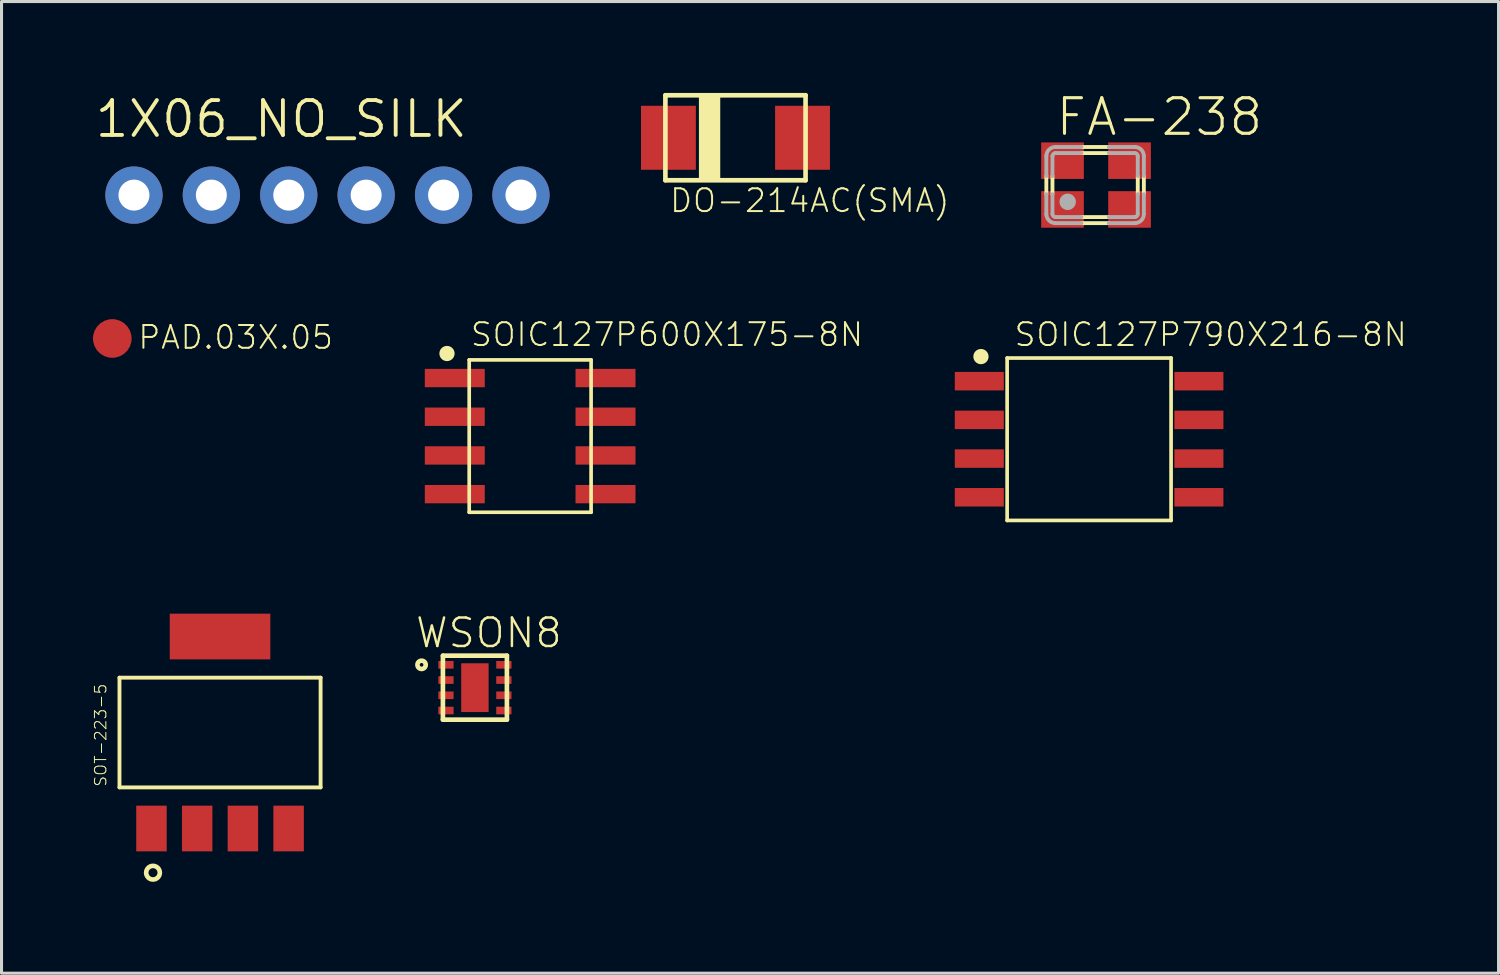
<source format=kicad_pcb>
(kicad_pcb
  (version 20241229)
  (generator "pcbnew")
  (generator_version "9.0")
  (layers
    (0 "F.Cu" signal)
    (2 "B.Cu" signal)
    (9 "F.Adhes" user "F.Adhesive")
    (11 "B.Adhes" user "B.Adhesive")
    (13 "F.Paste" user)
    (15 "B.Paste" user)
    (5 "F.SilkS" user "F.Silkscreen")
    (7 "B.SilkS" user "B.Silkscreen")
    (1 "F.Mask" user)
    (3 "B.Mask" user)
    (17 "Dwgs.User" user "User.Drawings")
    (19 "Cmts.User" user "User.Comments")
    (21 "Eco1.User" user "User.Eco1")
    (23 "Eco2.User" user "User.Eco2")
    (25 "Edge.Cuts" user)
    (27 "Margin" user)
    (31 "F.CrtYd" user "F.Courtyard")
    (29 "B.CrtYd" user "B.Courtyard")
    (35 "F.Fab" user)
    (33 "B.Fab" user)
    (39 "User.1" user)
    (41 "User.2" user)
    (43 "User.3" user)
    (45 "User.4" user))
  (footprint "DO-214AC(SMA)"
    (layer "F.Cu")
    (at 21.086 1.471)
    (property "Reference" "DO-214AC(SMA)" (at -2.2 2.5 0) (unlocked yes) (layer "F.SilkS") (effects (font (size 0.748 0.748) (thickness 0.065)) (justify left bottom)))
    (fp_line (start -2.3 -1.395) (end 2.3 -1.395) (stroke (width 0.152) (type solid)) (layer "F.SilkS"))
    (fp_line (start -2.3 1.395) (end -2.3 -1.395) (stroke (width 0.152) (type solid)) (layer "F.SilkS"))
    (fp_line (start 2.3 -1.395) (end 2.3 1.395) (stroke (width 0.152) (type solid)) (layer "F.SilkS"))
    (fp_line (start 2.3 1.395) (end -2.3 1.395) (stroke (width 0.152) (type solid)) (layer "F.SilkS"))
    (fp_poly (pts (xy -1.2 1.4) (xy -0.5 1.4) (xy -0.5 -1.4) (xy -1.2 -1.4)) (stroke (width 0) (type default)) (fill yes) (layer "F.SilkS"))
    (pad "A" smd rect (at 2.2 0 90) (size 2.1 1.8) (layers "F.Cu" "F.Mask" "F.Paste"))
    (pad "K" smd rect (at -2.2 0 90) (size 2.1 1.8) (layers "F.Cu" "F.Mask" "F.Paste")))
  (footprint "PAD.03X.05"
    (layer "F.Cu")
    (at 0.635 8.058)
    (property "Reference" "PAD.03X.05" (at 0.8 0.4 0) (unlocked yes) (layer "F.SilkS") (effects (font (size 0.748 0.748) (thickness 0.065)) (justify left bottom)))
    (pad "0" smd roundrect (at 0 0) (size 1.27 1.27) (layers "F.Cu" "F.Mask") (roundrect_rratio 0.5)))
  (footprint "SOIC127P600X175-8N"
    (layer "F.Cu")
    (at 14.348 11.261)
    (property "Reference" "SOIC127P600X175-8N" (at -2 -2.895 0) (unlocked yes) (layer "F.SilkS") (effects (font (size 0.748 0.748) (thickness 0.065)) (justify left bottom)))
    (fp_line (start -2 -2.5) (end 2 -2.5) (stroke (width 0.12) (type solid)) (layer "F.SilkS"))
    (fp_line (start -2 2.5) (end -2 -2.5) (stroke (width 0.12) (type solid)) (layer "F.SilkS"))
    (fp_line (start -2 2.5) (end 2 2.5) (stroke (width 0.12) (type solid)) (layer "F.SilkS"))
    (fp_line (start 2 -2.5) (end 2 2.5) (stroke (width 0.12) (type solid)) (layer "F.SilkS"))
    (fp_circle (center -2.729 -2.71) (end -2.604 -2.71) (stroke (width 0.25) (type solid)) (fill yes) (layer "F.SilkS"))
    (pad "1" smd rect (at -2.473 -1.905) (size 1.968 0.602) (layers "F.Cu" "F.Mask" "F.Paste"))
    (pad "2" smd rect (at -2.473 -0.635) (size 1.968 0.602) (layers "F.Cu" "F.Mask" "F.Paste"))
    (pad "3" smd rect (at -2.473 0.635) (size 1.968 0.602) (layers "F.Cu" "F.Mask" "F.Paste"))
    (pad "4" smd rect (at -2.473 1.905) (size 1.968 0.602) (layers "F.Cu" "F.Mask" "F.Paste"))
    (pad "5" smd rect (at 2.473 1.905) (size 1.968 0.602) (layers "F.Cu" "F.Mask" "F.Paste"))
    (pad "6" smd rect (at 2.473 0.635) (size 1.968 0.602) (layers "F.Cu" "F.Mask" "F.Paste"))
    (pad "7" smd rect (at 2.473 -0.635) (size 1.968 0.602) (layers "F.Cu" "F.Mask" "F.Paste"))
    (pad "8" smd rect (at 2.473 -1.905) (size 1.968 0.602) (layers "F.Cu" "F.Mask" "F.Paste")))
  (footprint "1X06_NO_SILK"
    (layer "F.Cu")
    (at 1.346 3.353)
    (property "Reference" "1X06_NO_SILK" (at -1.346 -1.829 0) (unlocked yes) (layer "F.SilkS") (effects (font (size 1.143 1.143) (thickness 0.127)) (justify left bottom)))
    (fp_poly (pts (xy -0.254 0.254) (xy 0.254 0.254) (xy 0.254 -0.254) (xy -0.254 -0.254)) (stroke (width 0.1) (type default)) (fill no) (layer "F.Fab"))
    (fp_poly (pts (xy 2.286 0.254) (xy 2.794 0.254) (xy 2.794 -0.254) (xy 2.286 -0.254)) (stroke (width 0.1) (type default)) (fill no) (layer "F.Fab"))
    (fp_poly (pts (xy 4.826 0.254) (xy 5.334 0.254) (xy 5.334 -0.254) (xy 4.826 -0.254)) (stroke (width 0.1) (type default)) (fill no) (layer "F.Fab"))
    (fp_poly (pts (xy 7.366 0.254) (xy 7.874 0.254) (xy 7.874 -0.254) (xy 7.366 -0.254)) (stroke (width 0.1) (type default)) (fill no) (layer "F.Fab"))
    (fp_poly (pts (xy 9.906 0.254) (xy 10.414 0.254) (xy 10.414 -0.254) (xy 9.906 -0.254)) (stroke (width 0.1) (type default)) (fill no) (layer "F.Fab"))
    (fp_poly (pts (xy 12.446 0.254) (xy 12.954 0.254) (xy 12.954 -0.254) (xy 12.446 -0.254)) (stroke (width 0.1) (type default)) (fill no) (layer "F.Fab"))
    (pad "1" thru_hole circle (at 0 0 90) (size 1.88 1.88) (drill 1.016) (layers "*.Cu" "*.Mask"))
    (pad "2" thru_hole circle (at 2.54 0 90) (size 1.88 1.88) (drill 1.016) (layers "*.Cu" "*.Mask"))
    (pad "3" thru_hole circle (at 5.08 0 90) (size 1.88 1.88) (drill 1.016) (layers "*.Cu" "*.Mask"))
    (pad "4" thru_hole circle (at 7.62 0 90) (size 1.88 1.88) (drill 1.016) (layers "*.Cu" "*.Mask"))
    (pad "5" thru_hole circle (at 10.16 0 90) (size 1.88 1.88) (drill 1.016) (layers "*.Cu" "*.Mask"))
    (pad "6" thru_hole circle (at 12.7 0 90) (size 1.88 1.88) (drill 1.016) (layers "*.Cu" "*.Mask")))
  (footprint "SOT-223-5"
    (layer "F.Cu")
    (at 4.171 20.989)
    (property "Reference" "SOT-223-5" (at -3.7 1.8 90) (unlocked yes) (layer "F.SilkS") (effects (font (size 0.374 0.374) (thickness 0.033)) (justify left bottom)))
    (fp_line (start -3.3 -1.8) (end 3.3 -1.8) (stroke (width 0.127) (type solid)) (layer "F.SilkS"))
    (fp_line (start -3.3 1.8) (end -3.3 -1.8) (stroke (width 0.127) (type solid)) (layer "F.SilkS"))
    (fp_line (start 3.3 -1.8) (end 3.3 1.8) (stroke (width 0.127) (type solid)) (layer "F.SilkS"))
    (fp_line (start 3.3 1.8) (end -3.3 1.8) (stroke (width 0.127) (type solid)) (layer "F.SilkS"))
    (fp_circle (center -2.2 4.6) (end -1.976 4.6) (stroke (width 0.152) (type solid)) (fill no) (layer "F.SilkS"))
    (pad "1" smd rect (at -2.25 3.15 90) (size 1.5 1) (layers "F.Cu" "F.Mask" "F.Paste"))
    (pad "2" smd rect (at -0.75 3.15 90) (size 1.5 1) (layers "F.Cu" "F.Mask" "F.Paste"))
    (pad "3" smd rect (at 0.75 3.15 90) (size 1.5 1) (layers "F.Cu" "F.Mask" "F.Paste"))
    (pad "4" smd rect (at 2.25 3.15 90) (size 1.5 1) (layers "F.Cu" "F.Mask" "F.Paste"))
    (pad "5" smd rect (at 0 -3.15 90) (size 1.5 3.3) (layers "F.Cu" "F.Mask" "F.Paste")))
  (footprint "SOIC127P790X216-8N"
    (layer "F.Cu")
    (at 32.691 11.364)
    (property "Reference" "SOIC127P790X216-8N" (at -2.5 -2.998 0) (unlocked yes) (layer "F.SilkS") (effects (font (size 0.748 0.748) (thickness 0.065)) (justify left bottom)))
    (fp_line (start -2.69 -2.665) (end 2.69 -2.665) (stroke (width 0.12) (type solid)) (layer "F.SilkS"))
    (fp_line (start -2.69 2.665) (end -2.69 -2.665) (stroke (width 0.12) (type solid)) (layer "F.SilkS"))
    (fp_line (start -2.69 2.665) (end 2.69 2.665) (stroke (width 0.12) (type solid)) (layer "F.SilkS"))
    (fp_line (start 2.69 -2.665) (end 2.69 2.665) (stroke (width 0.12) (type solid)) (layer "F.SilkS"))
    (fp_circle (center -3.549 -2.712) (end -3.424 -2.712) (stroke (width 0.25) (type solid)) (fill yes) (layer "F.SilkS"))
    (pad "1" smd rect (at -3.603 -1.905) (size 1.609 0.607) (layers "F.Cu" "F.Mask" "F.Paste"))
    (pad "2" smd rect (at -3.603 -0.635) (size 1.609 0.607) (layers "F.Cu" "F.Mask" "F.Paste"))
    (pad "3" smd rect (at -3.603 0.635) (size 1.609 0.607) (layers "F.Cu" "F.Mask" "F.Paste"))
    (pad "4" smd rect (at -3.603 1.905) (size 1.609 0.607) (layers "F.Cu" "F.Mask" "F.Paste"))
    (pad "5" smd rect (at 3.603 1.905) (size 1.609 0.607) (layers "F.Cu" "F.Mask" "F.Paste"))
    (pad "6" smd rect (at 3.603 0.635) (size 1.609 0.607) (layers "F.Cu" "F.Mask" "F.Paste"))
    (pad "7" smd rect (at 3.603 -0.635) (size 1.609 0.607) (layers "F.Cu" "F.Mask" "F.Paste"))
    (pad "8" smd rect (at 3.603 -1.905) (size 1.609 0.607) (layers "F.Cu" "F.Mask" "F.Paste")))
  (footprint "FA-238"
    (layer "F.Cu")
    (at 32.918 3.023)
    (property "Reference" "FA-238" (at -1.38 -1.55 0) (unlocked yes) (layer "F.SilkS") (effects (font (size 1.168 1.168) (thickness 0.102)) (justify left bottom)))
    (fp_line (start -1.63 -0.3) (end -1.63 0.3) (stroke (width 0.127) (type solid)) (layer "F.SilkS"))
    (fp_line (start -1.43 0.3) (end -1.43 -0.3) (stroke (width 0.127) (type solid)) (layer "F.SilkS"))
    (fp_line (start -0.48 -1.25) (end 0.42 -1.25) (stroke (width 0.127) (type solid)) (layer "F.SilkS"))
    (fp_line (start -0.48 -1.05) (end 0.42 -1.05) (stroke (width 0.127) (type solid)) (layer "F.SilkS"))
    (fp_line (start -0.48 1.25) (end 0.42 1.25) (stroke (width 0.127) (type solid)) (layer "F.SilkS"))
    (fp_line (start 0.42 1.05) (end -0.48 1.05) (stroke (width 0.127) (type solid)) (layer "F.SilkS"))
    (fp_line (start 1.37 -0.3) (end 1.37 0.3) (stroke (width 0.127) (type solid)) (layer "F.SilkS"))
    (fp_line (start 1.57 0.3) (end 1.57 -0.3) (stroke (width 0.127) (type solid)) (layer "F.SilkS"))
    (fp_line (start -1.63 -0.3) (end -1.63 -0.95) (stroke (width 0.127) (type solid)) (layer "F.Fab"))
    (fp_line (start -1.63 0.95) (end -1.63 0.3) (stroke (width 0.127) (type solid)) (layer "F.Fab"))
    (fp_line (start -1.43 -0.3) (end -1.43 -0.95) (stroke (width 0.127) (type solid)) (layer "F.Fab"))
    (fp_line (start -1.43 0.95) (end -1.43 0.3) (stroke (width 0.127) (type solid)) (layer "F.Fab"))
    (fp_line (start -1.33 -1.25) (end -0.48 -1.25) (stroke (width 0.127) (type solid)) (layer "F.Fab"))
    (fp_line (start -1.33 -1.05) (end -0.48 -1.05) (stroke (width 0.127) (type solid)) (layer "F.Fab"))
    (fp_line (start -0.48 1.05) (end -1.33 1.05) (stroke (width 0.127) (type solid)) (layer "F.Fab"))
    (fp_line (start -0.48 1.25) (end -1.33 1.25) (stroke (width 0.127) (type solid)) (layer "F.Fab"))
    (fp_line (start 0.42 -1.25) (end 1.27 -1.25) (stroke (width 0.127) (type solid)) (layer "F.Fab"))
    (fp_line (start 0.42 -1.05) (end 1.27 -1.05) (stroke (width 0.127) (type solid)) (layer "F.Fab"))
    (fp_line (start 1.27 1.05) (end 0.42 1.05) (stroke (width 0.127) (type solid)) (layer "F.Fab"))
    (fp_line (start 1.27 1.25) (end 0.42 1.25) (stroke (width 0.127) (type solid)) (layer "F.Fab"))
    (fp_line (start 1.37 -0.95) (end 1.37 -0.3) (stroke (width 0.127) (type solid)) (layer "F.Fab"))
    (fp_line (start 1.37 0.3) (end 1.37 0.95) (stroke (width 0.127) (type solid)) (layer "F.Fab"))
    (fp_line (start 1.57 -0.95) (end 1.57 -0.3) (stroke (width 0.127) (type solid)) (layer "F.Fab"))
    (fp_line (start 1.57 0.3) (end 1.57 0.95) (stroke (width 0.127) (type solid)) (layer "F.Fab"))
    (fp_arc (start -1.63 -0.95) (mid -1.542132 -1.162132) (end -1.33 -1.25) (stroke (width 0.127) (type solid)) (layer "F.Fab"))
    (fp_arc (start -1.43 -0.95) (mid -1.400711 -1.020711) (end -1.33 -1.05) (stroke (width 0.127) (type solid)) (layer "F.Fab"))
    (fp_arc (start -1.33 1.05) (mid -1.400711 1.020711) (end -1.43 0.95) (stroke (width 0.127) (type solid)) (layer "F.Fab"))
    (fp_arc (start -1.33 1.25) (mid -1.542132 1.162132) (end -1.63 0.95) (stroke (width 0.127) (type solid)) (layer "F.Fab"))
    (fp_arc (start 1.27 -1.25) (mid 1.482132 -1.162132) (end 1.57 -0.95) (stroke (width 0.127) (type solid)) (layer "F.Fab"))
    (fp_arc (start 1.27 -1.05) (mid 1.340711 -1.020711) (end 1.37 -0.95) (stroke (width 0.127) (type solid)) (layer "F.Fab"))
    (fp_arc (start 1.37 0.95) (mid 1.340711 1.020711) (end 1.27 1.05) (stroke (width 0.127) (type solid)) (layer "F.Fab"))
    (fp_arc (start 1.57 0.95) (mid 1.482132 1.162132) (end 1.27 1.25) (stroke (width 0.127) (type solid)) (layer "F.Fab"))
    (fp_circle (center -0.93 0.55) (end -0.795 0.55) (stroke (width 0.269) (type solid)) (fill no) (layer "F.Fab"))
    (pad "1" smd rect (at -1.1 0.8) (size 1.4 1.2) (layers "F.Cu" "F.Mask" "F.Paste"))
    (pad "2" smd rect (at 1.1 0.8) (size 1.4 1.2) (layers "F.Cu" "F.Mask" "F.Paste"))
    (pad "3" smd rect (at 1.1 -0.8) (size 1.4 1.2) (layers "F.Cu" "F.Mask" "F.Paste"))
    (pad "4" smd rect (at -1.1 -0.8) (size 1.4 1.2) (layers "F.Cu" "F.Mask" "F.Paste")))
  (footprint "WSON8"
    (layer "F.Cu")
    (at 12.535 19.517)
    (property "Reference" "WSON8" (at -2 -1.25 0) (unlocked yes) (layer "F.SilkS") (effects (font (size 0.935 0.935) (thickness 0.081)) (justify left bottom)))
    (fp_line (start -1.05 -1.05) (end 1.05 -1.05) (stroke (width 0.152) (type solid)) (layer "F.SilkS"))
    (fp_line (start -1.05 1.05) (end -1.05 -1.05) (stroke (width 0.152) (type solid)) (layer "F.SilkS"))
    (fp_line (start 1.05 -1.05) (end 1.05 1.05) (stroke (width 0.152) (type solid)) (layer "F.SilkS"))
    (fp_line (start 1.05 1.05) (end -1.05 1.05) (stroke (width 0.152) (type solid)) (layer "F.SilkS"))
    (fp_circle (center -1.75 -0.75) (end -1.614 -0.75) (stroke (width 0.152) (type solid)) (fill no) (layer "F.SilkS"))
    (fp_poly (pts (xy -0.41 -0.06) (xy 0.42 -0.06) (xy 0.42 -0.77) (xy -0.41 -0.77)) (stroke (width 0) (type default)) (fill yes) (layer "F.Paste"))
    (fp_poly (pts (xy -0.41 0.77) (xy 0.42 0.77) (xy 0.42 0.06) (xy -0.41 0.06)) (stroke (width 0) (type default)) (fill yes) (layer "F.Paste"))
    (pad "1" smd rect (at -0.95 -0.75) (size 0.5 0.25) (layers "F.Cu" "F.Mask" "F.Paste"))
    (pad "2" smd rect (at -0.95 -0.25) (size 0.5 0.25) (layers "F.Cu" "F.Mask" "F.Paste"))
    (pad "3" smd rect (at -0.95 0.25) (size 0.5 0.25) (layers "F.Cu" "F.Mask" "F.Paste"))
    (pad "4" smd rect (at -0.95 0.75) (size 0.5 0.25) (layers "F.Cu" "F.Mask" "F.Paste"))
    (pad "5" smd rect (at 0.95 0.75) (size 0.5 0.25) (layers "F.Cu" "F.Mask" "F.Paste"))
    (pad "6" smd rect (at 0.95 0.25) (size 0.5 0.25) (layers "F.Cu" "F.Mask" "F.Paste"))
    (pad "7" smd rect (at 0.95 -0.25) (size 0.5 0.25) (layers "F.Cu" "F.Mask" "F.Paste"))
    (pad "8" smd rect (at 0.95 -0.75) (size 0.5 0.25) (layers "F.Cu" "F.Mask" "F.Paste"))
    (pad "PP" smd rect (at 0 0) (size 0.9 1.6) (layers "F.Cu" "F.Mask")))
  (gr_rect
    (start -3 -3)
    (end 46.127 28.888)
    (stroke (width 0.1) (type default))
    (fill no)
    (layer "Edge.Cuts")))
</source>
